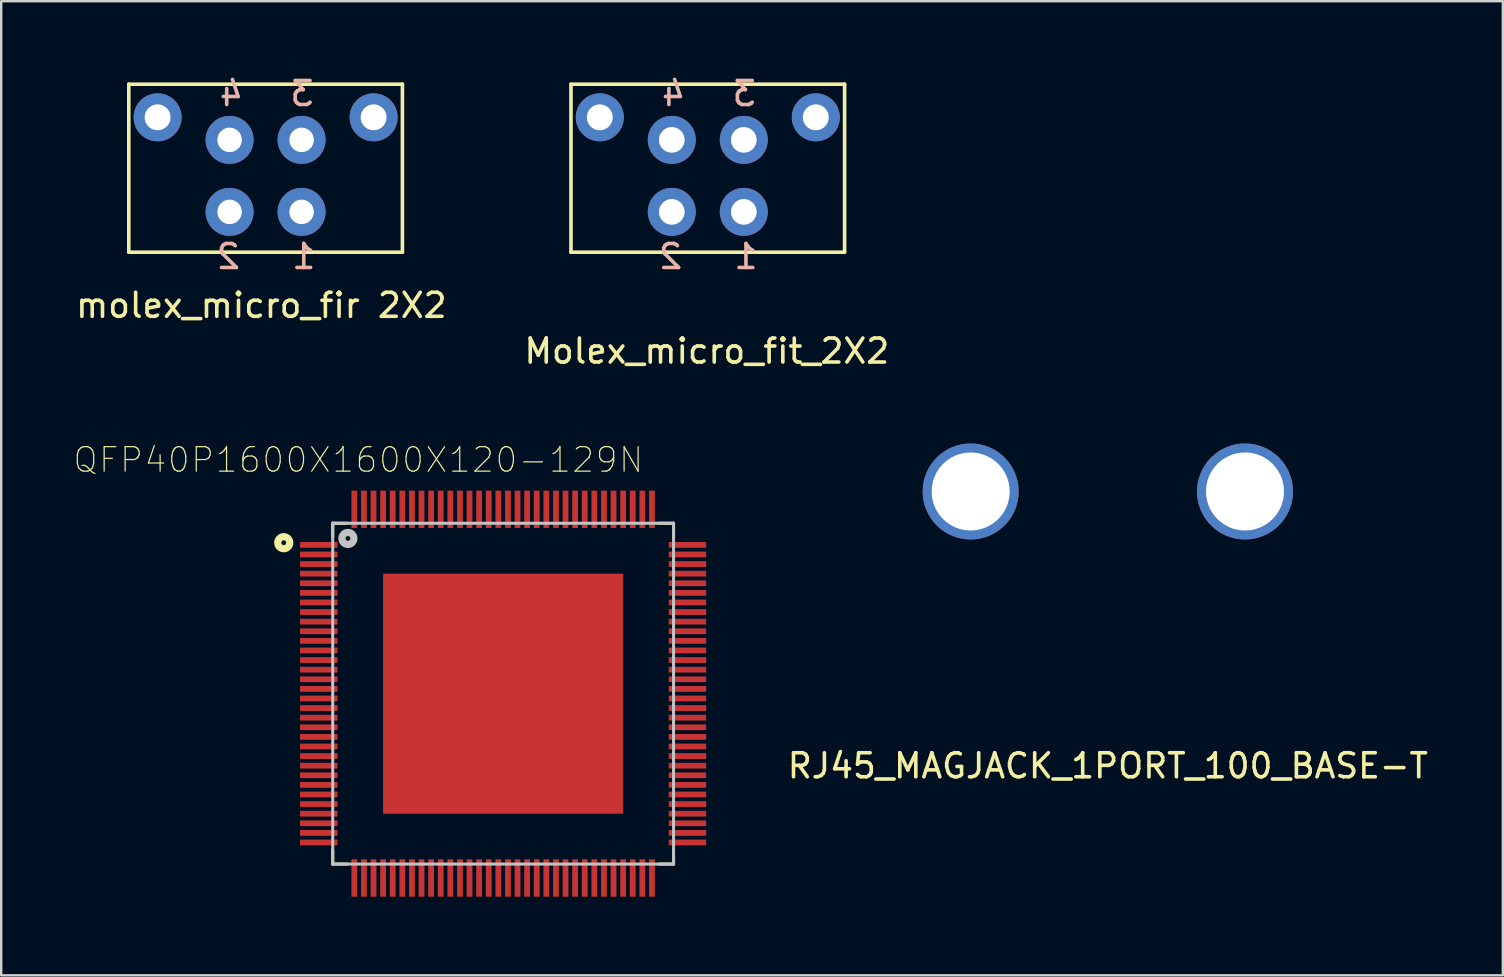
<source format=kicad_pcb>
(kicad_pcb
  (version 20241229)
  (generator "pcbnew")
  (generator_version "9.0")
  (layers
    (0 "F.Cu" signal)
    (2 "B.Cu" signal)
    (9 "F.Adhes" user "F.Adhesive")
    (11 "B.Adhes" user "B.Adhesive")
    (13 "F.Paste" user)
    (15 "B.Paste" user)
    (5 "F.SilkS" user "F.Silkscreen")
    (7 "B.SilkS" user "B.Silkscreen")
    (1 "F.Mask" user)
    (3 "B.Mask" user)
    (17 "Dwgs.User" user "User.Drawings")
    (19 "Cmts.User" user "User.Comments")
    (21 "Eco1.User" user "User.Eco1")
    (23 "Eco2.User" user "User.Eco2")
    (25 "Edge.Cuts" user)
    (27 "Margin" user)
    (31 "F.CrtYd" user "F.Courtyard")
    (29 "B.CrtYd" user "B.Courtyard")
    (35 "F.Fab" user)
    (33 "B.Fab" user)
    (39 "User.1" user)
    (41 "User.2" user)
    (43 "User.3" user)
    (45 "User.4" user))
  (footprint "QFP40P1600X1600X120-129N"
    (layer "F.Cu")
    (at 17.912 25.851)
    (property "Reference" "QFP40P1600X1600X120-129N" (at -6.034 -9.74 0) (layer "F.SilkS") (effects (font (size 1.02 1.02) (thickness 0.05))))
    (attr smd)
    (fp_line (start -7.1 -7.1) (end -7.1 -6.5) (stroke (width 0.127) (type solid)) (layer "F.SilkS"))
    (fp_line (start -7.1 -7.1) (end -6.5 -7.1) (stroke (width 0.127) (type solid)) (layer "F.SilkS"))
    (fp_line (start -7.1 7.1) (end -7.1 6.5) (stroke (width 0.127) (type solid)) (layer "F.SilkS"))
    (fp_line (start -7.1 7.1) (end -6.5 7.1) (stroke (width 0.127) (type solid)) (layer "F.SilkS"))
    (fp_line (start 7.1 -7.1) (end 6.5 -7.1) (stroke (width 0.127) (type solid)) (layer "F.SilkS"))
    (fp_line (start 7.1 -7.1) (end 7.1 -6.5) (stroke (width 0.127) (type solid)) (layer "F.SilkS"))
    (fp_line (start 7.1 7.1) (end 6.5 7.1) (stroke (width 0.127) (type solid)) (layer "F.SilkS"))
    (fp_line (start 7.1 7.1) (end 7.1 6.5) (stroke (width 0.127) (type solid)) (layer "F.SilkS"))
    (fp_circle (center -9.14 -6.29) (end -9.04 -6.29) (stroke (width 0.3) (type solid)) (fill no) (layer "F.SilkS"))
    (fp_poly (pts (xy -3.163 -3.162) (xy 3.162 -3.162) (xy 3.162 3.163) (xy -3.163 3.163)) (stroke (width 0) (type solid)) (fill yes) (layer "F.Paste"))
    (fp_line (start -7.1 -7.1) (end 7.1 -7.1) (stroke (width 0.127) (type solid)) (layer "Dwgs.User"))
    (fp_line (start -7.1 7.1) (end -7.1 -7.1) (stroke (width 0.127) (type solid)) (layer "Dwgs.User"))
    (fp_line (start -7.1 7.1) (end 7.1 7.1) (stroke (width 0.127) (type solid)) (layer "Dwgs.User"))
    (fp_line (start 7.1 7.1) (end 7.1 -7.1) (stroke (width 0.127) (type solid)) (layer "Dwgs.User"))
    (fp_circle (center -6.467 -6.467) (end -6.367 -6.467) (stroke (width 0.3) (type solid)) (fill no) (layer "Dwgs.User"))
    (fp_line (start -8.71 -8.71) (end 8.71 -8.71) (stroke (width 0.05) (type solid)) (layer "Eco1.User"))
    (fp_line (start -8.71 8.71) (end -8.71 -8.71) (stroke (width 0.05) (type solid)) (layer "Eco1.User"))
    (fp_line (start -8.71 8.71) (end 8.71 8.71) (stroke (width 0.05) (type solid)) (layer "Eco1.User"))
    (fp_line (start 8.71 8.71) (end 8.71 -8.71) (stroke (width 0.05) (type solid)) (layer "Eco1.User"))
    (pad "1" smd rect (at -7.68 -6.2) (size 1.56 0.24) (layers "F.Cu" "F.Mask" "F.Paste"))
    (pad "2" smd rect (at -7.68 -5.8) (size 1.56 0.24) (layers "F.Cu" "F.Mask" "F.Paste"))
    (pad "3" smd rect (at -7.68 -5.4) (size 1.56 0.24) (layers "F.Cu" "F.Mask" "F.Paste"))
    (pad "4" smd rect (at -7.68 -5) (size 1.56 0.24) (layers "F.Cu" "F.Mask" "F.Paste"))
    (pad "5" smd rect (at -7.68 -4.6) (size 1.56 0.24) (layers "F.Cu" "F.Mask" "F.Paste"))
    (pad "6" smd rect (at -7.68 -4.2) (size 1.56 0.24) (layers "F.Cu" "F.Mask" "F.Paste"))
    (pad "7" smd rect (at -7.68 -3.8) (size 1.56 0.24) (layers "F.Cu" "F.Mask" "F.Paste"))
    (pad "8" smd rect (at -7.68 -3.4) (size 1.56 0.24) (layers "F.Cu" "F.Mask" "F.Paste"))
    (pad "9" smd rect (at -7.68 -3) (size 1.56 0.24) (layers "F.Cu" "F.Mask" "F.Paste"))
    (pad "10" smd rect (at -7.68 -2.6) (size 1.56 0.24) (layers "F.Cu" "F.Mask" "F.Paste"))
    (pad "11" smd rect (at -7.68 -2.2) (size 1.56 0.24) (layers "F.Cu" "F.Mask" "F.Paste"))
    (pad "12" smd rect (at -7.68 -1.8) (size 1.56 0.24) (layers "F.Cu" "F.Mask" "F.Paste"))
    (pad "13" smd rect (at -7.68 -1.4) (size 1.56 0.24) (layers "F.Cu" "F.Mask" "F.Paste"))
    (pad "14" smd rect (at -7.68 -1) (size 1.56 0.24) (layers "F.Cu" "F.Mask" "F.Paste"))
    (pad "15" smd rect (at -7.68 -0.6) (size 1.56 0.24) (layers "F.Cu" "F.Mask" "F.Paste"))
    (pad "16" smd rect (at -7.68 -0.2) (size 1.56 0.24) (layers "F.Cu" "F.Mask" "F.Paste"))
    (pad "17" smd rect (at -7.68 0.2) (size 1.56 0.24) (layers "F.Cu" "F.Mask" "F.Paste"))
    (pad "18" smd rect (at -7.68 0.6) (size 1.56 0.24) (layers "F.Cu" "F.Mask" "F.Paste"))
    (pad "19" smd rect (at -7.68 1) (size 1.56 0.24) (layers "F.Cu" "F.Mask" "F.Paste"))
    (pad "20" smd rect (at -7.68 1.4) (size 1.56 0.24) (layers "F.Cu" "F.Mask" "F.Paste"))
    (pad "21" smd rect (at -7.68 1.8) (size 1.56 0.24) (layers "F.Cu" "F.Mask" "F.Paste"))
    (pad "22" smd rect (at -7.68 2.2) (size 1.56 0.24) (layers "F.Cu" "F.Mask" "F.Paste"))
    (pad "23" smd rect (at -7.68 2.6) (size 1.56 0.24) (layers "F.Cu" "F.Mask" "F.Paste"))
    (pad "24" smd rect (at -7.68 3) (size 1.56 0.24) (layers "F.Cu" "F.Mask" "F.Paste"))
    (pad "25" smd rect (at -7.68 3.4) (size 1.56 0.24) (layers "F.Cu" "F.Mask" "F.Paste"))
    (pad "26" smd rect (at -7.68 3.8) (size 1.56 0.24) (layers "F.Cu" "F.Mask" "F.Paste"))
    (pad "27" smd rect (at -7.68 4.2) (size 1.56 0.24) (layers "F.Cu" "F.Mask" "F.Paste"))
    (pad "28" smd rect (at -7.68 4.6) (size 1.56 0.24) (layers "F.Cu" "F.Mask" "F.Paste"))
    (pad "29" smd rect (at -7.68 5) (size 1.56 0.24) (layers "F.Cu" "F.Mask" "F.Paste"))
    (pad "30" smd rect (at -7.68 5.4) (size 1.56 0.24) (layers "F.Cu" "F.Mask" "F.Paste"))
    (pad "31" smd rect (at -7.68 5.8) (size 1.56 0.24) (layers "F.Cu" "F.Mask" "F.Paste"))
    (pad "32" smd rect (at -7.68 6.2) (size 1.56 0.24) (layers "F.Cu" "F.Mask" "F.Paste"))
    (pad "33" smd rect (at -6.2 7.68 90) (size 1.56 0.24) (layers "F.Cu" "F.Mask" "F.Paste"))
    (pad "34" smd rect (at -5.8 7.68 90) (size 1.56 0.24) (layers "F.Cu" "F.Mask" "F.Paste"))
    (pad "35" smd rect (at -5.4 7.68 90) (size 1.56 0.24) (layers "F.Cu" "F.Mask" "F.Paste"))
    (pad "36" smd rect (at -5 7.68 90) (size 1.56 0.24) (layers "F.Cu" "F.Mask" "F.Paste"))
    (pad "37" smd rect (at -4.6 7.68 90) (size 1.56 0.24) (layers "F.Cu" "F.Mask" "F.Paste"))
    (pad "38" smd rect (at -4.2 7.68 90) (size 1.56 0.24) (layers "F.Cu" "F.Mask" "F.Paste"))
    (pad "39" smd rect (at -3.8 7.68 90) (size 1.56 0.24) (layers "F.Cu" "F.Mask" "F.Paste"))
    (pad "40" smd rect (at -3.4 7.68 90) (size 1.56 0.24) (layers "F.Cu" "F.Mask" "F.Paste"))
    (pad "41" smd rect (at -3 7.68 90) (size 1.56 0.24) (layers "F.Cu" "F.Mask" "F.Paste"))
    (pad "42" smd rect (at -2.6 7.68 90) (size 1.56 0.24) (layers "F.Cu" "F.Mask" "F.Paste"))
    (pad "43" smd rect (at -2.2 7.68 90) (size 1.56 0.24) (layers "F.Cu" "F.Mask" "F.Paste"))
    (pad "44" smd rect (at -1.8 7.68 90) (size 1.56 0.24) (layers "F.Cu" "F.Mask" "F.Paste"))
    (pad "45" smd rect (at -1.4 7.68 90) (size 1.56 0.24) (layers "F.Cu" "F.Mask" "F.Paste"))
    (pad "46" smd rect (at -1 7.68 90) (size 1.56 0.24) (layers "F.Cu" "F.Mask" "F.Paste"))
    (pad "47" smd rect (at -0.6 7.68 90) (size 1.56 0.24) (layers "F.Cu" "F.Mask" "F.Paste"))
    (pad "48" smd rect (at -0.2 7.68 90) (size 1.56 0.24) (layers "F.Cu" "F.Mask" "F.Paste"))
    (pad "49" smd rect (at 0.2 7.68 90) (size 1.56 0.24) (layers "F.Cu" "F.Mask" "F.Paste"))
    (pad "50" smd rect (at 0.6 7.68 90) (size 1.56 0.24) (layers "F.Cu" "F.Mask" "F.Paste"))
    (pad "51" smd rect (at 1 7.68 90) (size 1.56 0.24) (layers "F.Cu" "F.Mask" "F.Paste"))
    (pad "52" smd rect (at 1.4 7.68 90) (size 1.56 0.24) (layers "F.Cu" "F.Mask" "F.Paste"))
    (pad "53" smd rect (at 1.8 7.68 90) (size 1.56 0.24) (layers "F.Cu" "F.Mask" "F.Paste"))
    (pad "54" smd rect (at 2.2 7.68 90) (size 1.56 0.24) (layers "F.Cu" "F.Mask" "F.Paste"))
    (pad "55" smd rect (at 2.6 7.68 90) (size 1.56 0.24) (layers "F.Cu" "F.Mask" "F.Paste"))
    (pad "56" smd rect (at 3 7.68 90) (size 1.56 0.24) (layers "F.Cu" "F.Mask" "F.Paste"))
    (pad "57" smd rect (at 3.4 7.68 90) (size 1.56 0.24) (layers "F.Cu" "F.Mask" "F.Paste"))
    (pad "58" smd rect (at 3.8 7.68 90) (size 1.56 0.24) (layers "F.Cu" "F.Mask" "F.Paste"))
    (pad "59" smd rect (at 4.2 7.68 90) (size 1.56 0.24) (layers "F.Cu" "F.Mask" "F.Paste"))
    (pad "60" smd rect (at 4.6 7.68 90) (size 1.56 0.24) (layers "F.Cu" "F.Mask" "F.Paste"))
    (pad "61" smd rect (at 5 7.68 90) (size 1.56 0.24) (layers "F.Cu" "F.Mask" "F.Paste"))
    (pad "62" smd rect (at 5.4 7.68 90) (size 1.56 0.24) (layers "F.Cu" "F.Mask" "F.Paste"))
    (pad "63" smd rect (at 5.8 7.68 90) (size 1.56 0.24) (layers "F.Cu" "F.Mask" "F.Paste"))
    (pad "64" smd rect (at 6.2 7.68 90) (size 1.56 0.24) (layers "F.Cu" "F.Mask" "F.Paste"))
    (pad "65" smd rect (at 7.68 6.2) (size 1.56 0.24) (layers "F.Cu" "F.Mask" "F.Paste"))
    (pad "66" smd rect (at 7.68 5.8) (size 1.56 0.24) (layers "F.Cu" "F.Mask" "F.Paste"))
    (pad "67" smd rect (at 7.68 5.4) (size 1.56 0.24) (layers "F.Cu" "F.Mask" "F.Paste"))
    (pad "68" smd rect (at 7.68 5) (size 1.56 0.24) (layers "F.Cu" "F.Mask" "F.Paste"))
    (pad "69" smd rect (at 7.68 4.6) (size 1.56 0.24) (layers "F.Cu" "F.Mask" "F.Paste"))
    (pad "70" smd rect (at 7.68 4.2) (size 1.56 0.24) (layers "F.Cu" "F.Mask" "F.Paste"))
    (pad "71" smd rect (at 7.68 3.8) (size 1.56 0.24) (layers "F.Cu" "F.Mask" "F.Paste"))
    (pad "72" smd rect (at 7.68 3.4) (size 1.56 0.24) (layers "F.Cu" "F.Mask" "F.Paste"))
    (pad "73" smd rect (at 7.68 3) (size 1.56 0.24) (layers "F.Cu" "F.Mask" "F.Paste"))
    (pad "74" smd rect (at 7.68 2.6) (size 1.56 0.24) (layers "F.Cu" "F.Mask" "F.Paste"))
    (pad "75" smd rect (at 7.68 2.2) (size 1.56 0.24) (layers "F.Cu" "F.Mask" "F.Paste"))
    (pad "76" smd rect (at 7.68 1.8) (size 1.56 0.24) (layers "F.Cu" "F.Mask" "F.Paste"))
    (pad "77" smd rect (at 7.68 1.4) (size 1.56 0.24) (layers "F.Cu" "F.Mask" "F.Paste"))
    (pad "78" smd rect (at 7.68 1) (size 1.56 0.24) (layers "F.Cu" "F.Mask" "F.Paste"))
    (pad "79" smd rect (at 7.68 0.6) (size 1.56 0.24) (layers "F.Cu" "F.Mask" "F.Paste"))
    (pad "80" smd rect (at 7.68 0.2) (size 1.56 0.24) (layers "F.Cu" "F.Mask" "F.Paste"))
    (pad "81" smd rect (at 7.68 -0.2) (size 1.56 0.24) (layers "F.Cu" "F.Mask" "F.Paste"))
    (pad "82" smd rect (at 7.68 -0.6) (size 1.56 0.24) (layers "F.Cu" "F.Mask" "F.Paste"))
    (pad "83" smd rect (at 7.68 -1) (size 1.56 0.24) (layers "F.Cu" "F.Mask" "F.Paste"))
    (pad "84" smd rect (at 7.68 -1.4) (size 1.56 0.24) (layers "F.Cu" "F.Mask" "F.Paste"))
    (pad "85" smd rect (at 7.68 -1.8) (size 1.56 0.24) (layers "F.Cu" "F.Mask" "F.Paste"))
    (pad "86" smd rect (at 7.68 -2.2) (size 1.56 0.24) (layers "F.Cu" "F.Mask" "F.Paste"))
    (pad "87" smd rect (at 7.68 -2.6) (size 1.56 0.24) (layers "F.Cu" "F.Mask" "F.Paste"))
    (pad "88" smd rect (at 7.68 -3) (size 1.56 0.24) (layers "F.Cu" "F.Mask" "F.Paste"))
    (pad "89" smd rect (at 7.68 -3.4) (size 1.56 0.24) (layers "F.Cu" "F.Mask" "F.Paste"))
    (pad "90" smd rect (at 7.68 -3.8) (size 1.56 0.24) (layers "F.Cu" "F.Mask" "F.Paste"))
    (pad "91" smd rect (at 7.68 -4.2) (size 1.56 0.24) (layers "F.Cu" "F.Mask" "F.Paste"))
    (pad "92" smd rect (at 7.68 -4.6) (size 1.56 0.24) (layers "F.Cu" "F.Mask" "F.Paste"))
    (pad "93" smd rect (at 7.68 -5) (size 1.56 0.24) (layers "F.Cu" "F.Mask" "F.Paste"))
    (pad "94" smd rect (at 7.68 -5.4) (size 1.56 0.24) (layers "F.Cu" "F.Mask" "F.Paste"))
    (pad "95" smd rect (at 7.68 -5.8) (size 1.56 0.24) (layers "F.Cu" "F.Mask" "F.Paste"))
    (pad "96" smd rect (at 7.68 -6.2) (size 1.56 0.24) (layers "F.Cu" "F.Mask" "F.Paste"))
    (pad "97" smd rect (at 6.2 -7.68 90) (size 1.56 0.24) (layers "F.Cu" "F.Mask" "F.Paste"))
    (pad "98" smd rect (at 5.8 -7.68 90) (size 1.56 0.24) (layers "F.Cu" "F.Mask" "F.Paste"))
    (pad "99" smd rect (at 5.4 -7.68 90) (size 1.56 0.24) (layers "F.Cu" "F.Mask" "F.Paste"))
    (pad "100" smd rect (at 5 -7.68 90) (size 1.56 0.24) (layers "F.Cu" "F.Mask" "F.Paste"))
    (pad "101" smd rect (at 4.6 -7.68 90) (size 1.56 0.24) (layers "F.Cu" "F.Mask" "F.Paste"))
    (pad "102" smd rect (at 4.2 -7.68 90) (size 1.56 0.24) (layers "F.Cu" "F.Mask" "F.Paste"))
    (pad "103" smd rect (at 3.8 -7.68 90) (size 1.56 0.24) (layers "F.Cu" "F.Mask" "F.Paste"))
    (pad "104" smd rect (at 3.4 -7.68 90) (size 1.56 0.24) (layers "F.Cu" "F.Mask" "F.Paste"))
    (pad "105" smd rect (at 3 -7.68 90) (size 1.56 0.24) (layers "F.Cu" "F.Mask" "F.Paste"))
    (pad "106" smd rect (at 2.6 -7.68 90) (size 1.56 0.24) (layers "F.Cu" "F.Mask" "F.Paste"))
    (pad "107" smd rect (at 2.2 -7.68 90) (size 1.56 0.24) (layers "F.Cu" "F.Mask" "F.Paste"))
    (pad "108" smd rect (at 1.8 -7.68 90) (size 1.56 0.24) (layers "F.Cu" "F.Mask" "F.Paste"))
    (pad "109" smd rect (at 1.4 -7.68 90) (size 1.56 0.24) (layers "F.Cu" "F.Mask" "F.Paste"))
    (pad "110" smd rect (at 1 -7.68 90) (size 1.56 0.24) (layers "F.Cu" "F.Mask" "F.Paste"))
    (pad "111" smd rect (at 0.6 -7.68 90) (size 1.56 0.24) (layers "F.Cu" "F.Mask" "F.Paste"))
    (pad "112" smd rect (at 0.2 -7.68 90) (size 1.56 0.24) (layers "F.Cu" "F.Mask" "F.Paste"))
    (pad "113" smd rect (at -0.2 -7.68 90) (size 1.56 0.24) (layers "F.Cu" "F.Mask" "F.Paste"))
    (pad "114" smd rect (at -0.6 -7.68 90) (size 1.56 0.24) (layers "F.Cu" "F.Mask" "F.Paste"))
    (pad "115" smd rect (at -1 -7.68 90) (size 1.56 0.24) (layers "F.Cu" "F.Mask" "F.Paste"))
    (pad "116" smd rect (at -1.4 -7.68 90) (size 1.56 0.24) (layers "F.Cu" "F.Mask" "F.Paste"))
    (pad "117" smd rect (at -1.8 -7.68 90) (size 1.56 0.24) (layers "F.Cu" "F.Mask" "F.Paste"))
    (pad "118" smd rect (at -2.2 -7.68 90) (size 1.56 0.24) (layers "F.Cu" "F.Mask" "F.Paste"))
    (pad "119" smd rect (at -2.6 -7.68 90) (size 1.56 0.24) (layers "F.Cu" "F.Mask" "F.Paste"))
    (pad "120" smd rect (at -3 -7.68 90) (size 1.56 0.24) (layers "F.Cu" "F.Mask" "F.Paste"))
    (pad "121" smd rect (at -3.4 -7.68 90) (size 1.56 0.24) (layers "F.Cu" "F.Mask" "F.Paste"))
    (pad "122" smd rect (at -3.8 -7.68 90) (size 1.56 0.24) (layers "F.Cu" "F.Mask" "F.Paste"))
    (pad "123" smd rect (at -4.2 -7.68 90) (size 1.56 0.24) (layers "F.Cu" "F.Mask" "F.Paste"))
    (pad "124" smd rect (at -4.6 -7.68 90) (size 1.56 0.24) (layers "F.Cu" "F.Mask" "F.Paste"))
    (pad "125" smd rect (at -5 -7.68 90) (size 1.56 0.24) (layers "F.Cu" "F.Mask" "F.Paste"))
    (pad "126" smd rect (at -5.4 -7.68 90) (size 1.56 0.24) (layers "F.Cu" "F.Mask" "F.Paste"))
    (pad "127" smd rect (at -5.8 -7.68 90) (size 1.56 0.24) (layers "F.Cu" "F.Mask" "F.Paste"))
    (pad "128" smd rect (at -6.2 -7.68 90) (size 1.56 0.24) (layers "F.Cu" "F.Mask" "F.Paste"))
    (pad "129" smd rect (at 0 0) (size 10 10) (layers "F.Cu" "F.Mask" "F.Paste")))
  (footprint "Molex_micro_fit_2X2"
    (layer "F.Cu")
    (at 26.439 3.958)
    (property "Reference" "Molex_micro_fit_2X2" (at -0.04 7.62 0) (layer "F.SilkS") (effects (font (size 1 1) (thickness 0.15))))
    (attr through_hole)
    (fp_line (start -5.7 -3.5) (end 5.7 -3.5) (stroke (width 0.15) (type solid)) (layer "F.SilkS"))
    (fp_line (start -5.7 3.5) (end -5.7 -3.5) (stroke (width 0.15) (type solid)) (layer "F.SilkS"))
    (fp_line (start 5.7 -3.5) (end 5.7 3.5) (stroke (width 0.15) (type solid)) (layer "F.SilkS"))
    (fp_line (start 5.7 3.5) (end -5.7 3.5) (stroke (width 0.15) (type solid)) (layer "F.SilkS"))
    (fp_text user "4" (at -1.43 -3.11 0) (layer "B.SilkS") (effects (font (size 1 1) (thickness 0.15)) (justify mirror)))
    (fp_text user "2" (at -1.55 3.68 0) (layer "B.SilkS") (effects (font (size 1 1) (thickness 0.15)) (justify mirror)))
    (fp_text user "3" (at 1.52 -3.11 0) (layer "B.SilkS") (effects (font (size 1 1) (thickness 0.15)) (justify mirror)))
    (fp_text user "1" (at 1.59 3.68 0) (layer "B.SilkS") (effects (font (size 1 1) (thickness 0.15)) (justify mirror)))
    (pad "1" thru_hole circle (at 1.5 1.82) (size 2 2) (drill 1.07) (layers "*.Cu" "*.Mask"))
    (pad "2" thru_hole circle (at -1.5 1.82) (size 2 2) (drill 1.07) (layers "*.Cu" "*.Mask"))
    (pad "3" thru_hole circle (at 1.5 -1.18) (size 2 2) (drill 1.07) (layers "*.Cu" "*.Mask"))
    (pad "4" thru_hole circle (at -1.5 -1.18) (size 2 2) (drill 1.07) (layers "*.Cu" "*.Mask"))
    (pad "~" thru_hole circle (at -4.5 -2.12) (size 2 2) (drill 1.08) (layers "*.Cu" "*.Mask"))
    (pad "~" thru_hole circle (at 4.5 -2.12) (size 2 2) (drill 1.08) (layers "*.Cu" "*.Mask")))
  (footprint "molex_micro_fir 2X2"
    (layer "F.Cu")
    (at 8.016 3.958)
    (property "Reference" "molex_micro_fir 2X2" (at -0.177 5.715 0) (layer "F.SilkS") (effects (font (size 1 1) (thickness 0.15))))
    (attr through_hole)
    (fp_line (start -5.7 -3.5) (end 5.7 -3.5) (stroke (width 0.15) (type solid)) (layer "F.SilkS"))
    (fp_line (start -5.7 3.5) (end -5.7 -3.5) (stroke (width 0.15) (type solid)) (layer "F.SilkS"))
    (fp_line (start 5.7 -3.5) (end 5.7 3.5) (stroke (width 0.15) (type solid)) (layer "F.SilkS"))
    (fp_line (start 5.7 3.5) (end -5.7 3.5) (stroke (width 0.15) (type solid)) (layer "F.SilkS"))
    (fp_text user "2" (at -1.55 3.68 0) (layer "B.SilkS") (effects (font (size 1 1) (thickness 0.15)) (justify mirror)))
    (fp_text user "4" (at -1.43 -3.11 0) (layer "B.SilkS") (effects (font (size 1 1) (thickness 0.15)) (justify mirror)))
    (fp_text user "3" (at 1.52 -3.11 0) (layer "B.SilkS") (effects (font (size 1 1) (thickness 0.15)) (justify mirror)))
    (fp_text user "1" (at 1.59 3.68 0) (layer "B.SilkS") (effects (font (size 1 1) (thickness 0.15)) (justify mirror)))
    (pad "1" thru_hole circle (at 1.5 1.82) (size 2 2) (drill 1.02) (layers "*.Cu" "*.Mask"))
    (pad "2" thru_hole circle (at -1.5 1.82) (size 2 2) (drill 1.02) (layers "*.Cu" "*.Mask"))
    (pad "3" thru_hole circle (at 1.5 -1.18) (size 2 2) (drill 1.02) (layers "*.Cu" "*.Mask"))
    (pad "4" thru_hole circle (at -1.5 -1.18) (size 2 2) (drill 1.02) (layers "*.Cu" "*.Mask"))
    (pad "~" thru_hole circle (at -4.5 -2.12) (size 2 2) (drill 1.08) (layers "*.Cu" "*.Mask"))
    (pad "~" thru_hole circle (at 4.5 -2.12) (size 2 2) (drill 1.08) (layers "*.Cu" "*.Mask")))
  (footprint "RJ45_MAGJACK_1PORT_100_BASE-T‎‏"
    (layer "F.Cu")
    (at 43.106 17.427)
    (property "Reference" "RJ45_MAGJACK_1PORT_100_BASE-T‎‏" (at 0 11.43 0) (layer "F.SilkS") (effects (font (size 1 1) (thickness 0.15))))
    (attr through_hole)
    (pad "" thru_hole circle (at -5.715 0 90) (size 4 4) (drill 3.25) (layers "*.Cu" "*.Mask"))
    (pad "" thru_hole circle (at 5.715 0 90) (size 4 4) (drill 3.25) (layers "*.Cu" "*.Mask")))
  (gr_rect
    (start -3 -3)
    (end 59.564 37.586)
    (stroke (width 0.1) (type default))
    (fill no)
    (layer "Edge.Cuts")))
</source>
